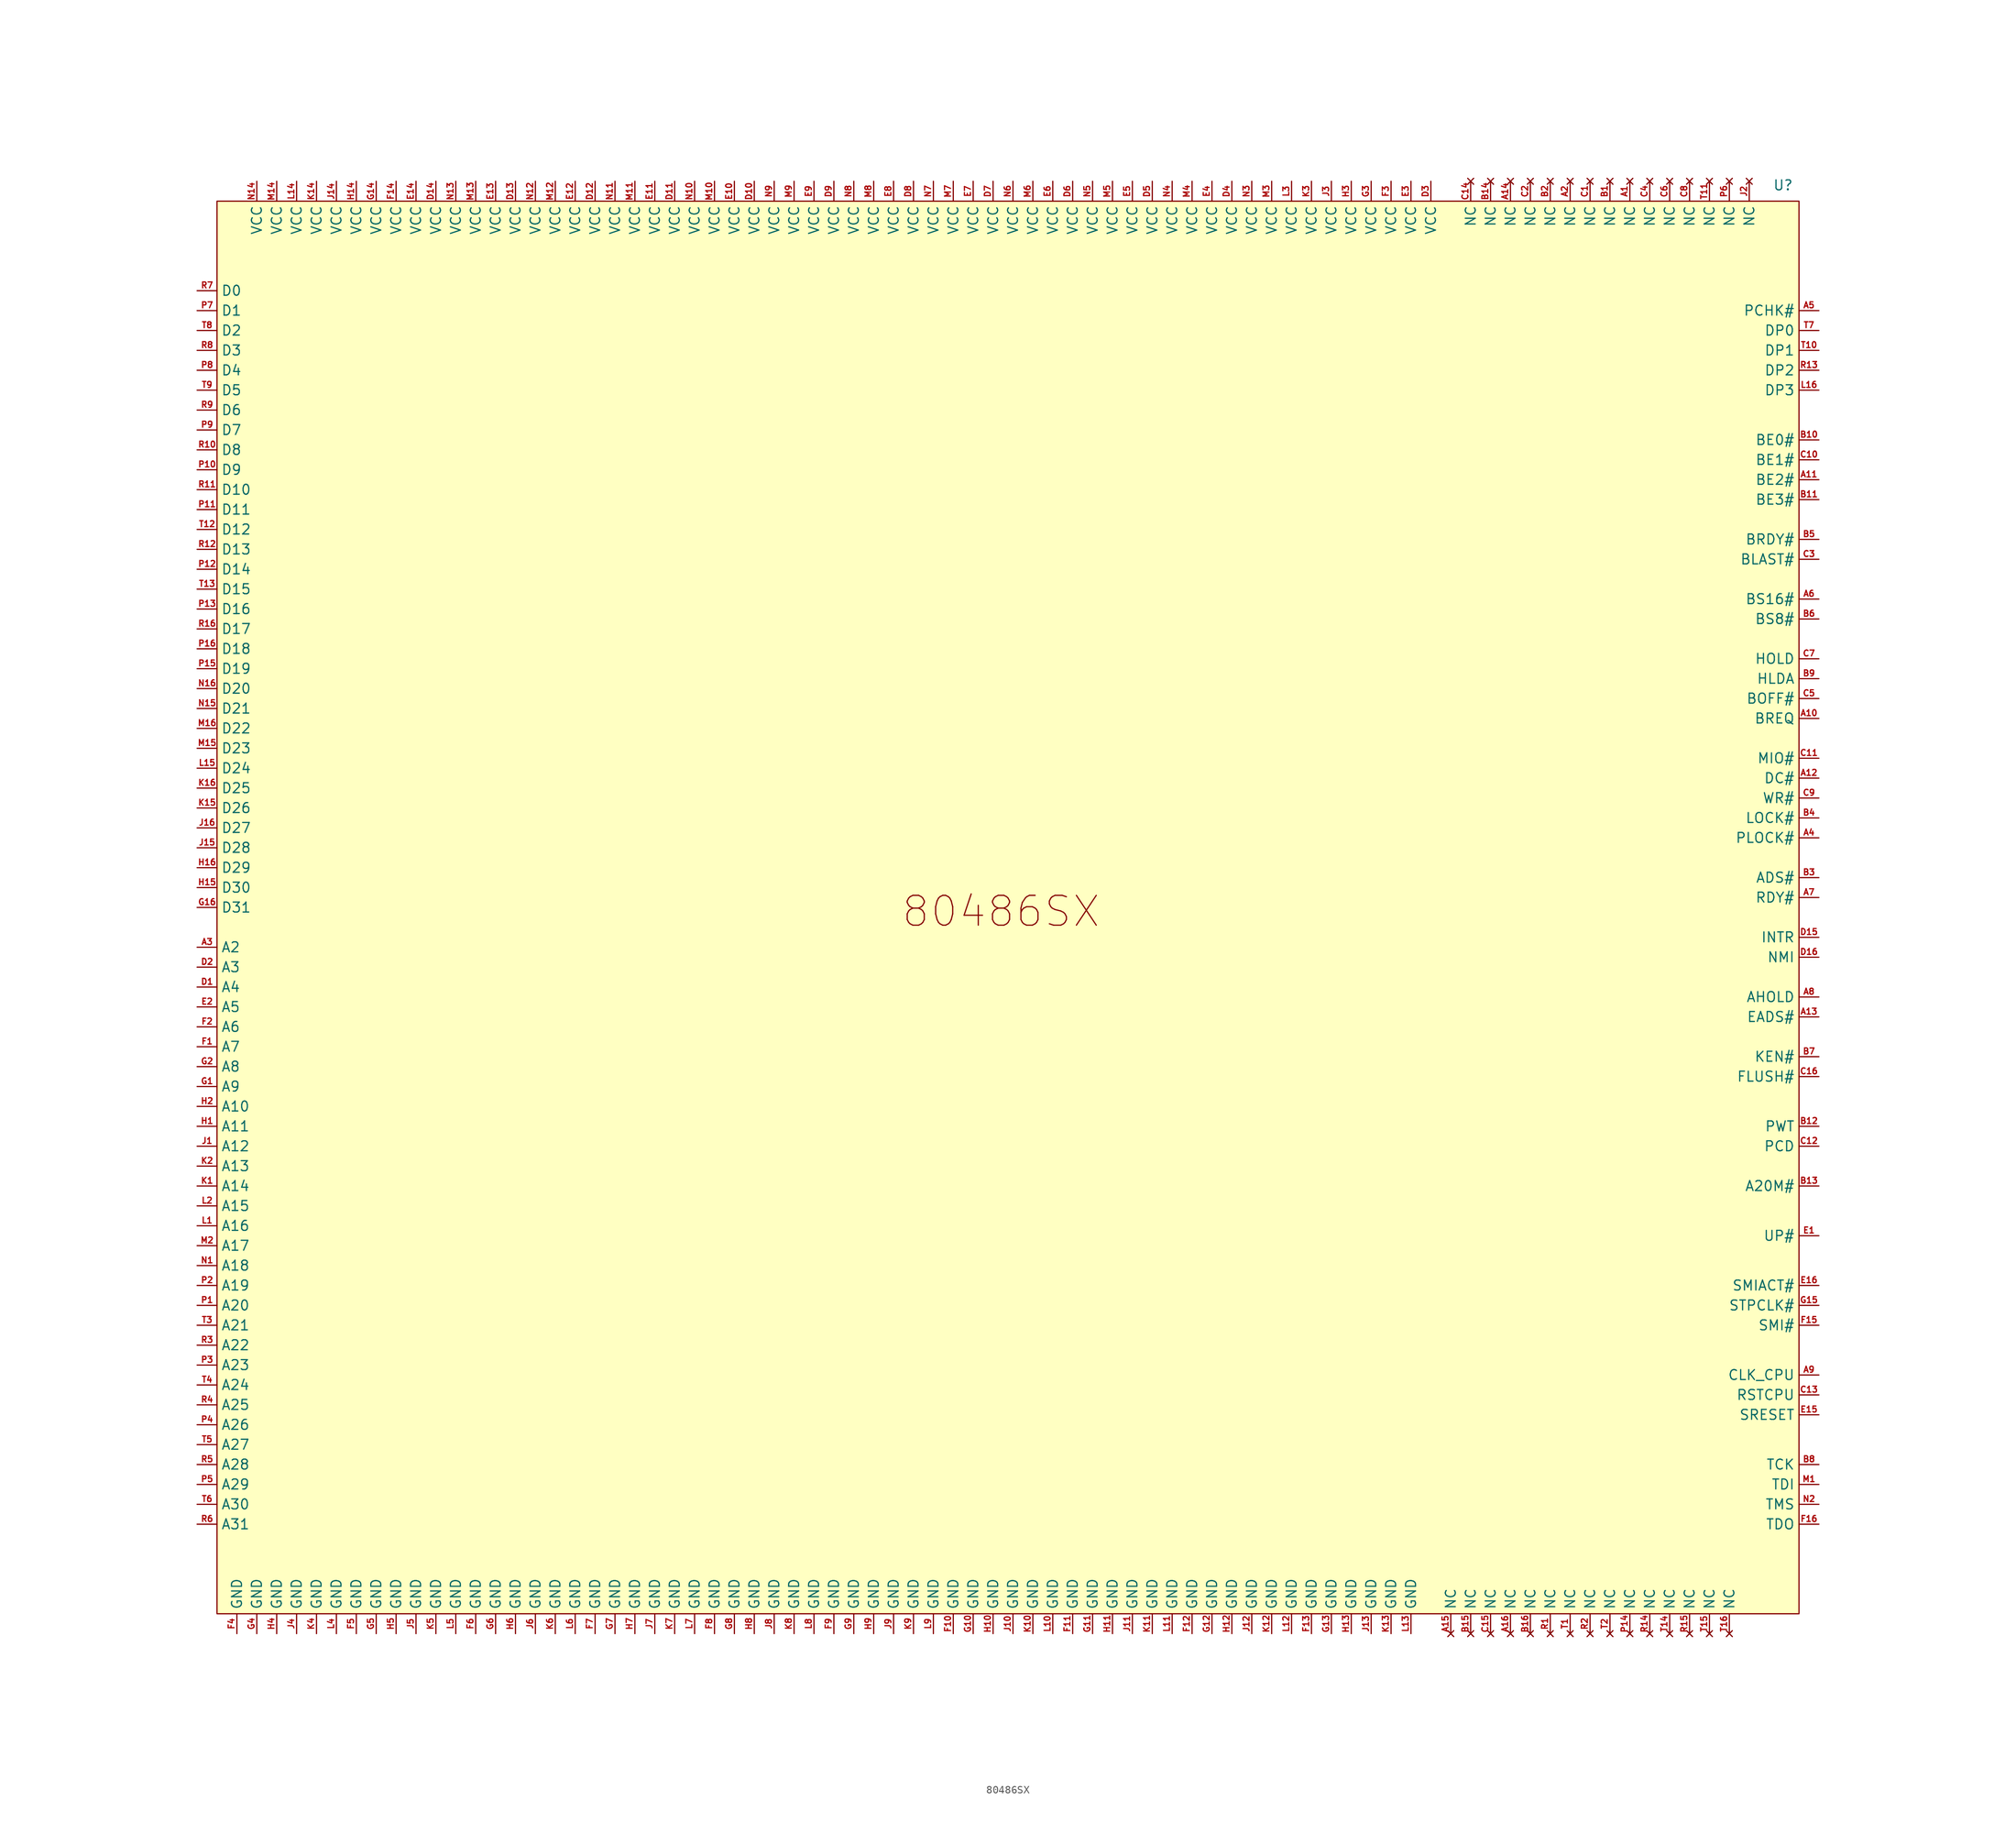
<source format=kicad_sym>
(kicad_symbol_lib
  (version 20241209)
  (generator "kicad_symbol_editor")
  (generator_version "9.0")
  (symbol "80486SX"
    (property "Reference" "U"
      (at 100.838 93.472 0)
      (effects (font (size 1.27 1.27))))
    (property "Value" ""
      (at 0 0 0)
      (effects (font (size 1.27 1.27))))
    (symbol "80486SX_1_1"
      (rectangle (start -99.06 91.44) (end 102.87 -88.9) (stroke (width 0) (type solid)) (fill (type color) (color 255 255 194 1)))
      (text "80486SX" (at 1.016 0.762 0) (effects (font (size 3.81 3.81))))
      (pin bidirectional line (at -101.6 80.01 0) (length 2.54) (name "D0" (effects (font (size 1.27 1.27)))) (number "R7" (effects (font (size 0.762 0.762)))))
      (pin bidirectional line (at -101.6 77.47 0) (length 2.54) (name "D1" (effects (font (size 1.27 1.27)))) (number "P7" (effects (font (size 0.762 0.762)))))
      (pin bidirectional line (at -101.6 74.93 0) (length 2.54) (name "D2" (effects (font (size 1.27 1.27)))) (number "T8" (effects (font (size 0.762 0.762)))))
      (pin bidirectional line (at -101.6 72.39 0) (length 2.54) (name "D3" (effects (font (size 1.27 1.27)))) (number "R8" (effects (font (size 0.762 0.762)))))
      (pin bidirectional line (at -101.6 69.85 0) (length 2.54) (name "D4" (effects (font (size 1.27 1.27)))) (number "P8" (effects (font (size 0.762 0.762)))))
      (pin bidirectional line (at -101.6 67.31 0) (length 2.54) (name "D5" (effects (font (size 1.27 1.27)))) (number "T9" (effects (font (size 0.762 0.762)))))
      (pin bidirectional line (at -101.6 64.77 0) (length 2.54) (name "D6" (effects (font (size 1.27 1.27)))) (number "R9" (effects (font (size 0.762 0.762)))))
      (pin bidirectional line (at -101.6 62.23 0) (length 2.54) (name "D7" (effects (font (size 1.27 1.27)))) (number "P9" (effects (font (size 0.762 0.762)))))
      (pin bidirectional line (at -101.6 59.69 0) (length 2.54) (name "D8" (effects (font (size 1.27 1.27)))) (number "R10" (effects (font (size 0.762 0.762)))))
      (pin bidirectional line (at -101.6 57.15 0) (length 2.54) (name "D9" (effects (font (size 1.27 1.27)))) (number "P10" (effects (font (size 0.762 0.762)))))
      (pin bidirectional line (at -101.6 54.61 0) (length 2.54) (name "D10" (effects (font (size 1.27 1.27)))) (number "R11" (effects (font (size 0.762 0.762)))))
      (pin bidirectional line (at -101.6 52.07 0) (length 2.54) (name "D11" (effects (font (size 1.27 1.27)))) (number "P11" (effects (font (size 0.762 0.762)))))
      (pin bidirectional line (at -101.6 49.53 0) (length 2.54) (name "D12" (effects (font (size 1.27 1.27)))) (number "T12" (effects (font (size 0.762 0.762)))))
      (pin bidirectional line (at -101.6 46.99 0) (length 2.54) (name "D13" (effects (font (size 1.27 1.27)))) (number "R12" (effects (font (size 0.762 0.762)))))
      (pin bidirectional line (at -101.6 44.45 0) (length 2.54) (name "D14" (effects (font (size 1.27 1.27)))) (number "P12" (effects (font (size 0.762 0.762)))))
      (pin bidirectional line (at -101.6 41.91 0) (length 2.54) (name "D15" (effects (font (size 1.27 1.27)))) (number "T13" (effects (font (size 0.762 0.762)))))
      (pin bidirectional line (at -101.6 39.37 0) (length 2.54) (name "D16" (effects (font (size 1.27 1.27)))) (number "P13" (effects (font (size 0.762 0.762)))))
      (pin bidirectional line (at -101.6 36.83 0) (length 2.54) (name "D17" (effects (font (size 1.27 1.27)))) (number "R16" (effects (font (size 0.762 0.762)))))
      (pin bidirectional line (at -101.6 34.29 0) (length 2.54) (name "D18" (effects (font (size 1.27 1.27)))) (number "P16" (effects (font (size 0.762 0.762)))))
      (pin bidirectional line (at -101.6 31.75 0) (length 2.54) (name "D19" (effects (font (size 1.27 1.27)))) (number "P15" (effects (font (size 0.762 0.762)))))
      (pin bidirectional line (at -101.6 29.21 0) (length 2.54) (name "D20" (effects (font (size 1.27 1.27)))) (number "N16" (effects (font (size 0.762 0.762)))))
      (pin bidirectional line (at -101.6 26.67 0) (length 2.54) (name "D21" (effects (font (size 1.27 1.27)))) (number "N15" (effects (font (size 0.762 0.762)))))
      (pin bidirectional line (at -101.6 24.13 0) (length 2.54) (name "D22" (effects (font (size 1.27 1.27)))) (number "M16" (effects (font (size 0.762 0.762)))))
      (pin bidirectional line (at -101.6 21.59 0) (length 2.54) (name "D23" (effects (font (size 1.27 1.27)))) (number "M15" (effects (font (size 0.762 0.762)))))
      (pin bidirectional line (at -101.6 19.05 0) (length 2.54) (name "D24" (effects (font (size 1.27 1.27)))) (number "L15" (effects (font (size 0.762 0.762)))))
      (pin bidirectional line (at -101.6 16.51 0) (length 2.54) (name "D25" (effects (font (size 1.27 1.27)))) (number "K16" (effects (font (size 0.762 0.762)))))
      (pin bidirectional line (at -101.6 13.97 0) (length 2.54) (name "D26" (effects (font (size 1.27 1.27)))) (number "K15" (effects (font (size 0.762 0.762)))))
      (pin bidirectional line (at -101.6 11.43 0) (length 2.54) (name "D27" (effects (font (size 1.27 1.27)))) (number "J16" (effects (font (size 0.762 0.762)))))
      (pin bidirectional line (at -101.6 8.89 0) (length 2.54) (name "D28" (effects (font (size 1.27 1.27)))) (number "J15" (effects (font (size 0.762 0.762)))))
      (pin bidirectional line (at -101.6 6.35 0) (length 2.54) (name "D29" (effects (font (size 1.27 1.27)))) (number "H16" (effects (font (size 0.762 0.762)))))
      (pin bidirectional line (at -101.6 3.81 0) (length 2.54) (name "D30" (effects (font (size 1.27 1.27)))) (number "H15" (effects (font (size 0.762 0.762)))))
      (pin bidirectional line (at -101.6 1.27 0) (length 2.54) (name "D31" (effects (font (size 1.27 1.27)))) (number "G16" (effects (font (size 0.762 0.762)))))
      (pin bidirectional line (at -101.6 -3.81 0) (length 2.54) (name "A2" (effects (font (size 1.27 1.27)))) (number "A3" (effects (font (size 0.762 0.762)))))
      (pin bidirectional line (at -101.6 -6.35 0) (length 2.54) (name "A3" (effects (font (size 1.27 1.27)))) (number "D2" (effects (font (size 0.762 0.762)))))
      (pin bidirectional line (at -101.6 -8.89 0) (length 2.54) (name "A4" (effects (font (size 1.27 1.27)))) (number "D1" (effects (font (size 0.762 0.762)))))
      (pin bidirectional line (at -101.6 -11.43 0) (length 2.54) (name "A5" (effects (font (size 1.27 1.27)))) (number "E2" (effects (font (size 0.762 0.762)))))
      (pin bidirectional line (at -101.6 -13.97 0) (length 2.54) (name "A6" (effects (font (size 1.27 1.27)))) (number "F2" (effects (font (size 0.762 0.762)))))
      (pin bidirectional line (at -101.6 -16.51 0) (length 2.54) (name "A7" (effects (font (size 1.27 1.27)))) (number "F1" (effects (font (size 0.762 0.762)))))
      (pin bidirectional line (at -101.6 -19.05 0) (length 2.54) (name "A8" (effects (font (size 1.27 1.27)))) (number "G2" (effects (font (size 0.762 0.762)))))
      (pin bidirectional line (at -101.6 -21.59 0) (length 2.54) (name "A9" (effects (font (size 1.27 1.27)))) (number "G1" (effects (font (size 0.762 0.762)))))
      (pin bidirectional line (at -101.6 -24.13 0) (length 2.54) (name "A10" (effects (font (size 1.27 1.27)))) (number "H2" (effects (font (size 0.762 0.762)))))
      (pin bidirectional line (at -101.6 -26.67 0) (length 2.54) (name "A11" (effects (font (size 1.27 1.27)))) (number "H1" (effects (font (size 0.762 0.762)))))
      (pin bidirectional line (at -101.6 -29.21 0) (length 2.54) (name "A12" (effects (font (size 1.27 1.27)))) (number "J1" (effects (font (size 0.762 0.762)))))
      (pin bidirectional line (at -101.6 -31.75 0) (length 2.54) (name "A13" (effects (font (size 1.27 1.27)))) (number "K2" (effects (font (size 0.762 0.762)))))
      (pin bidirectional line (at -101.6 -34.29 0) (length 2.54) (name "A14" (effects (font (size 1.27 1.27)))) (number "K1" (effects (font (size 0.762 0.762)))))
      (pin bidirectional line (at -101.6 -36.83 0) (length 2.54) (name "A15" (effects (font (size 1.27 1.27)))) (number "L2" (effects (font (size 0.762 0.762)))))
      (pin bidirectional line (at -101.6 -39.37 0) (length 2.54) (name "A16" (effects (font (size 1.27 1.27)))) (number "L1" (effects (font (size 0.762 0.762)))))
      (pin bidirectional line (at -101.6 -41.91 0) (length 2.54) (name "A17" (effects (font (size 1.27 1.27)))) (number "M2" (effects (font (size 0.762 0.762)))))
      (pin bidirectional line (at -101.6 -44.45 0) (length 2.54) (name "A18" (effects (font (size 1.27 1.27)))) (number "N1" (effects (font (size 0.762 0.762)))))
      (pin bidirectional line (at -101.6 -46.99 0) (length 2.54) (name "A19" (effects (font (size 1.27 1.27)))) (number "P2" (effects (font (size 0.762 0.762)))))
      (pin bidirectional line (at -101.6 -49.53 0) (length 2.54) (name "A20" (effects (font (size 1.27 1.27)))) (number "P1" (effects (font (size 0.762 0.762)))))
      (pin bidirectional line (at -101.6 -52.07 0) (length 2.54) (name "A21" (effects (font (size 1.27 1.27)))) (number "T3" (effects (font (size 0.762 0.762)))))
      (pin bidirectional line (at -101.6 -54.61 0) (length 2.54) (name "A22" (effects (font (size 1.27 1.27)))) (number "R3" (effects (font (size 0.762 0.762)))))
      (pin bidirectional line (at -101.6 -57.15 0) (length 2.54) (name "A23" (effects (font (size 1.27 1.27)))) (number "P3" (effects (font (size 0.762 0.762)))))
      (pin bidirectional line (at -101.6 -59.69 0) (length 2.54) (name "A24" (effects (font (size 1.27 1.27)))) (number "T4" (effects (font (size 0.762 0.762)))))
      (pin bidirectional line (at -101.6 -62.23 0) (length 2.54) (name "A25" (effects (font (size 1.27 1.27)))) (number "R4" (effects (font (size 0.762 0.762)))))
      (pin bidirectional line (at -101.6 -64.77 0) (length 2.54) (name "A26" (effects (font (size 1.27 1.27)))) (number "P4" (effects (font (size 0.762 0.762)))))
      (pin bidirectional line (at -101.6 -67.31 0) (length 2.54) (name "A27" (effects (font (size 1.27 1.27)))) (number "T5" (effects (font (size 0.762 0.762)))))
      (pin bidirectional line (at -101.6 -69.85 0) (length 2.54) (name "A28" (effects (font (size 1.27 1.27)))) (number "R5" (effects (font (size 0.762 0.762)))))
      (pin bidirectional line (at -101.6 -72.39 0) (length 2.54) (name "A29" (effects (font (size 1.27 1.27)))) (number "P5" (effects (font (size 0.762 0.762)))))
      (pin bidirectional line (at -101.6 -74.93 0) (length 2.54) (name "A30" (effects (font (size 1.27 1.27)))) (number "T6" (effects (font (size 0.762 0.762)))))
      (pin bidirectional line (at -101.6 -77.47 0) (length 2.54) (name "A31" (effects (font (size 1.27 1.27)))) (number "R6" (effects (font (size 0.762 0.762)))))
      (pin power_in line (at -96.52 -91.44 90) (length 2.54) (name "GND" (effects (font (size 1.27 1.27)))) (number "F4" (effects (font (size 0.762 0.762)))))
      (pin power_in line (at -93.98 93.98 270) (length 2.54) (name "VCC" (effects (font (size 1.27 1.27)))) (number "N14" (effects (font (size 0.762 0.762)))))
      (pin power_in line (at -93.98 -91.44 90) (length 2.54) (name "GND" (effects (font (size 1.27 1.27)))) (number "G4" (effects (font (size 0.762 0.762)))))
      (pin power_in line (at -91.44 93.98 270) (length 2.54) (name "VCC" (effects (font (size 1.27 1.27)))) (number "M14" (effects (font (size 0.762 0.762)))))
      (pin power_in line (at -91.44 -91.44 90) (length 2.54) (name "GND" (effects (font (size 1.27 1.27)))) (number "H4" (effects (font (size 0.762 0.762)))))
      (pin power_in line (at -88.9 93.98 270) (length 2.54) (name "VCC" (effects (font (size 1.27 1.27)))) (number "L14" (effects (font (size 0.762 0.762)))))
      (pin power_in line (at -88.9 -91.44 90) (length 2.54) (name "GND" (effects (font (size 1.27 1.27)))) (number "J4" (effects (font (size 0.762 0.762)))))
      (pin power_in line (at -86.36 93.98 270) (length 2.54) (name "VCC" (effects (font (size 1.27 1.27)))) (number "K14" (effects (font (size 0.762 0.762)))))
      (pin power_in line (at -86.36 -91.44 90) (length 2.54) (name "GND" (effects (font (size 1.27 1.27)))) (number "K4" (effects (font (size 0.762 0.762)))))
      (pin power_in line (at -83.82 93.98 270) (length 2.54) (name "VCC" (effects (font (size 1.27 1.27)))) (number "J14" (effects (font (size 0.762 0.762)))))
      (pin power_in line (at -83.82 -91.44 90) (length 2.54) (name "GND" (effects (font (size 1.27 1.27)))) (number "L4" (effects (font (size 0.762 0.762)))))
      (pin power_in line (at -81.28 93.98 270) (length 2.54) (name "VCC" (effects (font (size 1.27 1.27)))) (number "H14" (effects (font (size 0.762 0.762)))))
      (pin power_in line (at -81.28 -91.44 90) (length 2.54) (name "GND" (effects (font (size 1.27 1.27)))) (number "F5" (effects (font (size 0.762 0.762)))))
      (pin power_in line (at -78.74 93.98 270) (length 2.54) (name "VCC" (effects (font (size 1.27 1.27)))) (number "G14" (effects (font (size 0.762 0.762)))))
      (pin power_in line (at -78.74 -91.44 90) (length 2.54) (name "GND" (effects (font (size 1.27 1.27)))) (number "G5" (effects (font (size 0.762 0.762)))))
      (pin power_in line (at -76.2 93.98 270) (length 2.54) (name "VCC" (effects (font (size 1.27 1.27)))) (number "F14" (effects (font (size 0.762 0.762)))))
      (pin power_in line (at -76.2 -91.44 90) (length 2.54) (name "GND" (effects (font (size 1.27 1.27)))) (number "H5" (effects (font (size 0.762 0.762)))))
      (pin power_in line (at -73.66 93.98 270) (length 2.54) (name "VCC" (effects (font (size 1.27 1.27)))) (number "E14" (effects (font (size 0.762 0.762)))))
      (pin power_in line (at -73.66 -91.44 90) (length 2.54) (name "GND" (effects (font (size 1.27 1.27)))) (number "J5" (effects (font (size 0.762 0.762)))))
      (pin power_in line (at -71.12 93.98 270) (length 2.54) (name "VCC" (effects (font (size 1.27 1.27)))) (number "D14" (effects (font (size 0.762 0.762)))))
      (pin power_in line (at -71.12 -91.44 90) (length 2.54) (name "GND" (effects (font (size 1.27 1.27)))) (number "K5" (effects (font (size 0.762 0.762)))))
      (pin power_in line (at -68.58 93.98 270) (length 2.54) (name "VCC" (effects (font (size 1.27 1.27)))) (number "N13" (effects (font (size 0.762 0.762)))))
      (pin power_in line (at -68.58 -91.44 90) (length 2.54) (name "GND" (effects (font (size 1.27 1.27)))) (number "L5" (effects (font (size 0.762 0.762)))))
      (pin power_in line (at -66.04 93.98 270) (length 2.54) (name "VCC" (effects (font (size 1.27 1.27)))) (number "M13" (effects (font (size 0.762 0.762)))))
      (pin power_in line (at -66.04 -91.44 90) (length 2.54) (name "GND" (effects (font (size 1.27 1.27)))) (number "F6" (effects (font (size 0.762 0.762)))))
      (pin power_in line (at -63.5 93.98 270) (length 2.54) (name "VCC" (effects (font (size 1.27 1.27)))) (number "E13" (effects (font (size 0.762 0.762)))))
      (pin power_in line (at -63.5 -91.44 90) (length 2.54) (name "GND" (effects (font (size 1.27 1.27)))) (number "G6" (effects (font (size 0.762 0.762)))))
      (pin power_in line (at -60.96 93.98 270) (length 2.54) (name "VCC" (effects (font (size 1.27 1.27)))) (number "D13" (effects (font (size 0.762 0.762)))))
      (pin power_in line (at -60.96 -91.44 90) (length 2.54) (name "GND" (effects (font (size 1.27 1.27)))) (number "H6" (effects (font (size 0.762 0.762)))))
      (pin power_in line (at -58.42 93.98 270) (length 2.54) (name "VCC" (effects (font (size 1.27 1.27)))) (number "N12" (effects (font (size 0.762 0.762)))))
      (pin power_in line (at -58.42 -91.44 90) (length 2.54) (name "GND" (effects (font (size 1.27 1.27)))) (number "J6" (effects (font (size 0.762 0.762)))))
      (pin power_in line (at -55.88 93.98 270) (length 2.54) (name "VCC" (effects (font (size 1.27 1.27)))) (number "M12" (effects (font (size 0.762 0.762)))))
      (pin power_in line (at -55.88 -91.44 90) (length 2.54) (name "GND" (effects (font (size 1.27 1.27)))) (number "K6" (effects (font (size 0.762 0.762)))))
      (pin power_in line (at -53.34 93.98 270) (length 2.54) (name "VCC" (effects (font (size 1.27 1.27)))) (number "E12" (effects (font (size 0.762 0.762)))))
      (pin power_in line (at -53.34 -91.44 90) (length 2.54) (name "GND" (effects (font (size 1.27 1.27)))) (number "L6" (effects (font (size 0.762 0.762)))))
      (pin power_in line (at -50.8 93.98 270) (length 2.54) (name "VCC" (effects (font (size 1.27 1.27)))) (number "D12" (effects (font (size 0.762 0.762)))))
      (pin power_in line (at -50.8 -91.44 90) (length 2.54) (name "GND" (effects (font (size 1.27 1.27)))) (number "F7" (effects (font (size 0.762 0.762)))))
      (pin power_in line (at -48.26 93.98 270) (length 2.54) (name "VCC" (effects (font (size 1.27 1.27)))) (number "N11" (effects (font (size 0.762 0.762)))))
      (pin power_in line (at -48.26 -91.44 90) (length 2.54) (name "GND" (effects (font (size 1.27 1.27)))) (number "G7" (effects (font (size 0.762 0.762)))))
      (pin power_in line (at -45.72 93.98 270) (length 2.54) (name "VCC" (effects (font (size 1.27 1.27)))) (number "M11" (effects (font (size 0.762 0.762)))))
      (pin power_in line (at -45.72 -91.44 90) (length 2.54) (name "GND" (effects (font (size 1.27 1.27)))) (number "H7" (effects (font (size 0.762 0.762)))))
      (pin power_in line (at -43.18 93.98 270) (length 2.54) (name "VCC" (effects (font (size 1.27 1.27)))) (number "E11" (effects (font (size 0.762 0.762)))))
      (pin power_in line (at -43.18 -91.44 90) (length 2.54) (name "GND" (effects (font (size 1.27 1.27)))) (number "J7" (effects (font (size 0.762 0.762)))))
      (pin power_in line (at -40.64 93.98 270) (length 2.54) (name "VCC" (effects (font (size 1.27 1.27)))) (number "D11" (effects (font (size 0.762 0.762)))))
      (pin power_in line (at -40.64 -91.44 90) (length 2.54) (name "GND" (effects (font (size 1.27 1.27)))) (number "K7" (effects (font (size 0.762 0.762)))))
      (pin power_in line (at -38.1 93.98 270) (length 2.54) (name "VCC" (effects (font (size 1.27 1.27)))) (number "N10" (effects (font (size 0.762 0.762)))))
      (pin power_in line (at -38.1 -91.44 90) (length 2.54) (name "GND" (effects (font (size 1.27 1.27)))) (number "L7" (effects (font (size 0.762 0.762)))))
      (pin power_in line (at -35.56 93.98 270) (length 2.54) (name "VCC" (effects (font (size 1.27 1.27)))) (number "M10" (effects (font (size 0.762 0.762)))))
      (pin power_in line (at -35.56 -91.44 90) (length 2.54) (name "GND" (effects (font (size 1.27 1.27)))) (number "F8" (effects (font (size 0.762 0.762)))))
      (pin power_in line (at -33.02 93.98 270) (length 2.54) (name "VCC" (effects (font (size 1.27 1.27)))) (number "E10" (effects (font (size 0.762 0.762)))))
      (pin power_in line (at -33.02 -91.44 90) (length 2.54) (name "GND" (effects (font (size 1.27 1.27)))) (number "G8" (effects (font (size 0.762 0.762)))))
      (pin power_in line (at -30.48 93.98 270) (length 2.54) (name "VCC" (effects (font (size 1.27 1.27)))) (number "D10" (effects (font (size 0.762 0.762)))))
      (pin power_in line (at -30.48 -91.44 90) (length 2.54) (name "GND" (effects (font (size 1.27 1.27)))) (number "H8" (effects (font (size 0.762 0.762)))))
      (pin power_in line (at -27.94 93.98 270) (length 2.54) (name "VCC" (effects (font (size 1.27 1.27)))) (number "N9" (effects (font (size 0.762 0.762)))))
      (pin power_in line (at -27.94 -91.44 90) (length 2.54) (name "GND" (effects (font (size 1.27 1.27)))) (number "J8" (effects (font (size 0.762 0.762)))))
      (pin power_in line (at -25.4 93.98 270) (length 2.54) (name "VCC" (effects (font (size 1.27 1.27)))) (number "M9" (effects (font (size 0.762 0.762)))))
      (pin power_in line (at -25.4 -91.44 90) (length 2.54) (name "GND" (effects (font (size 1.27 1.27)))) (number "K8" (effects (font (size 0.762 0.762)))))
      (pin power_in line (at -22.86 93.98 270) (length 2.54) (name "VCC" (effects (font (size 1.27 1.27)))) (number "E9" (effects (font (size 0.762 0.762)))))
      (pin power_in line (at -22.86 -91.44 90) (length 2.54) (name "GND" (effects (font (size 1.27 1.27)))) (number "L8" (effects (font (size 0.762 0.762)))))
      (pin power_in line (at -20.32 93.98 270) (length 2.54) (name "VCC" (effects (font (size 1.27 1.27)))) (number "D9" (effects (font (size 0.762 0.762)))))
      (pin power_in line (at -20.32 -91.44 90) (length 2.54) (name "GND" (effects (font (size 1.27 1.27)))) (number "F9" (effects (font (size 0.762 0.762)))))
      (pin power_in line (at -17.78 93.98 270) (length 2.54) (name "VCC" (effects (font (size 1.27 1.27)))) (number "N8" (effects (font (size 0.762 0.762)))))
      (pin power_in line (at -17.78 -91.44 90) (length 2.54) (name "GND" (effects (font (size 1.27 1.27)))) (number "G9" (effects (font (size 0.762 0.762)))))
      (pin power_in line (at -15.24 93.98 270) (length 2.54) (name "VCC" (effects (font (size 1.27 1.27)))) (number "M8" (effects (font (size 0.762 0.762)))))
      (pin power_in line (at -15.24 -91.44 90) (length 2.54) (name "GND" (effects (font (size 1.27 1.27)))) (number "H9" (effects (font (size 0.762 0.762)))))
      (pin power_in line (at -12.7 93.98 270) (length 2.54) (name "VCC" (effects (font (size 1.27 1.27)))) (number "E8" (effects (font (size 0.762 0.762)))))
      (pin power_in line (at -12.7 -91.44 90) (length 2.54) (name "GND" (effects (font (size 1.27 1.27)))) (number "J9" (effects (font (size 0.762 0.762)))))
      (pin power_in line (at -10.16 93.98 270) (length 2.54) (name "VCC" (effects (font (size 1.27 1.27)))) (number "D8" (effects (font (size 0.762 0.762)))))
      (pin power_in line (at -10.16 -91.44 90) (length 2.54) (name "GND" (effects (font (size 1.27 1.27)))) (number "K9" (effects (font (size 0.762 0.762)))))
      (pin power_in line (at -7.62 93.98 270) (length 2.54) (name "VCC" (effects (font (size 1.27 1.27)))) (number "N7" (effects (font (size 0.762 0.762)))))
      (pin power_in line (at -7.62 -91.44 90) (length 2.54) (name "GND" (effects (font (size 1.27 1.27)))) (number "L9" (effects (font (size 0.762 0.762)))))
      (pin power_in line (at -5.08 93.98 270) (length 2.54) (name "VCC" (effects (font (size 1.27 1.27)))) (number "M7" (effects (font (size 0.762 0.762)))))
      (pin power_in line (at -5.08 -91.44 90) (length 2.54) (name "GND" (effects (font (size 1.27 1.27)))) (number "F10" (effects (font (size 0.762 0.762)))))
      (pin power_in line (at -2.54 93.98 270) (length 2.54) (name "VCC" (effects (font (size 1.27 1.27)))) (number "E7" (effects (font (size 0.762 0.762)))))
      (pin power_in line (at -2.54 -91.44 90) (length 2.54) (name "GND" (effects (font (size 1.27 1.27)))) (number "G10" (effects (font (size 0.762 0.762)))))
      (pin power_in line (at 0 93.98 270) (length 2.54) (name "VCC" (effects (font (size 1.27 1.27)))) (number "D7" (effects (font (size 0.762 0.762)))))
      (pin power_in line (at 0 -91.44 90) (length 2.54) (name "GND" (effects (font (size 1.27 1.27)))) (number "H10" (effects (font (size 0.762 0.762)))))
      (pin power_in line (at 2.54 93.98 270) (length 2.54) (name "VCC" (effects (font (size 1.27 1.27)))) (number "N6" (effects (font (size 0.762 0.762)))))
      (pin power_in line (at 2.54 -91.44 90) (length 2.54) (name "GND" (effects (font (size 1.27 1.27)))) (number "J10" (effects (font (size 0.762 0.762)))))
      (pin power_in line (at 5.08 93.98 270) (length 2.54) (name "VCC" (effects (font (size 1.27 1.27)))) (number "M6" (effects (font (size 0.762 0.762)))))
      (pin power_in line (at 5.08 -91.44 90) (length 2.54) (name "GND" (effects (font (size 1.27 1.27)))) (number "K10" (effects (font (size 0.762 0.762)))))
      (pin power_in line (at 7.62 93.98 270) (length 2.54) (name "VCC" (effects (font (size 1.27 1.27)))) (number "E6" (effects (font (size 0.762 0.762)))))
      (pin power_in line (at 7.62 -91.44 90) (length 2.54) (name "GND" (effects (font (size 1.27 1.27)))) (number "L10" (effects (font (size 0.762 0.762)))))
      (pin power_in line (at 10.16 93.98 270) (length 2.54) (name "VCC" (effects (font (size 1.27 1.27)))) (number "D6" (effects (font (size 0.762 0.762)))))
      (pin power_in line (at 10.16 -91.44 90) (length 2.54) (name "GND" (effects (font (size 1.27 1.27)))) (number "F11" (effects (font (size 0.762 0.762)))))
      (pin power_in line (at 12.7 93.98 270) (length 2.54) (name "VCC" (effects (font (size 1.27 1.27)))) (number "N5" (effects (font (size 0.762 0.762)))))
      (pin power_in line (at 12.7 -91.44 90) (length 2.54) (name "GND" (effects (font (size 1.27 1.27)))) (number "G11" (effects (font (size 0.762 0.762)))))
      (pin power_in line (at 15.24 93.98 270) (length 2.54) (name "VCC" (effects (font (size 1.27 1.27)))) (number "M5" (effects (font (size 0.762 0.762)))))
      (pin power_in line (at 15.24 -91.44 90) (length 2.54) (name "GND" (effects (font (size 1.27 1.27)))) (number "H11" (effects (font (size 0.762 0.762)))))
      (pin power_in line (at 17.78 93.98 270) (length 2.54) (name "VCC" (effects (font (size 1.27 1.27)))) (number "E5" (effects (font (size 0.762 0.762)))))
      (pin power_in line (at 17.78 -91.44 90) (length 2.54) (name "GND" (effects (font (size 1.27 1.27)))) (number "J11" (effects (font (size 0.762 0.762)))))
      (pin power_in line (at 20.32 93.98 270) (length 2.54) (name "VCC" (effects (font (size 1.27 1.27)))) (number "D5" (effects (font (size 0.762 0.762)))))
      (pin power_in line (at 20.32 -91.44 90) (length 2.54) (name "GND" (effects (font (size 1.27 1.27)))) (number "K11" (effects (font (size 0.762 0.762)))))
      (pin power_in line (at 22.86 93.98 270) (length 2.54) (name "VCC" (effects (font (size 1.27 1.27)))) (number "N4" (effects (font (size 0.762 0.762)))))
      (pin power_in line (at 22.86 -91.44 90) (length 2.54) (name "GND" (effects (font (size 1.27 1.27)))) (number "L11" (effects (font (size 0.762 0.762)))))
      (pin power_in line (at 25.4 93.98 270) (length 2.54) (name "VCC" (effects (font (size 1.27 1.27)))) (number "M4" (effects (font (size 0.762 0.762)))))
      (pin power_in line (at 25.4 -91.44 90) (length 2.54) (name "GND" (effects (font (size 1.27 1.27)))) (number "F12" (effects (font (size 0.762 0.762)))))
      (pin power_in line (at 27.94 93.98 270) (length 2.54) (name "VCC" (effects (font (size 1.27 1.27)))) (number "E4" (effects (font (size 0.762 0.762)))))
      (pin power_in line (at 27.94 -91.44 90) (length 2.54) (name "GND" (effects (font (size 1.27 1.27)))) (number "G12" (effects (font (size 0.762 0.762)))))
      (pin power_in line (at 30.48 93.98 270) (length 2.54) (name "VCC" (effects (font (size 1.27 1.27)))) (number "D4" (effects (font (size 0.762 0.762)))))
      (pin power_in line (at 30.48 -91.44 90) (length 2.54) (name "GND" (effects (font (size 1.27 1.27)))) (number "H12" (effects (font (size 0.762 0.762)))))
      (pin power_in line (at 33.02 93.98 270) (length 2.54) (name "VCC" (effects (font (size 1.27 1.27)))) (number "N3" (effects (font (size 0.762 0.762)))))
      (pin power_in line (at 33.02 -91.44 90) (length 2.54) (name "GND" (effects (font (size 1.27 1.27)))) (number "J12" (effects (font (size 0.762 0.762)))))
      (pin power_in line (at 35.56 93.98 270) (length 2.54) (name "VCC" (effects (font (size 1.27 1.27)))) (number "M3" (effects (font (size 0.762 0.762)))))
      (pin power_in line (at 35.56 -91.44 90) (length 2.54) (name "GND" (effects (font (size 1.27 1.27)))) (number "K12" (effects (font (size 0.762 0.762)))))
      (pin power_in line (at 38.1 93.98 270) (length 2.54) (name "VCC" (effects (font (size 1.27 1.27)))) (number "L3" (effects (font (size 0.762 0.762)))))
      (pin power_in line (at 38.1 -91.44 90) (length 2.54) (name "GND" (effects (font (size 1.27 1.27)))) (number "L12" (effects (font (size 0.762 0.762)))))
      (pin power_in line (at 40.64 93.98 270) (length 2.54) (name "VCC" (effects (font (size 1.27 1.27)))) (number "K3" (effects (font (size 0.762 0.762)))))
      (pin power_in line (at 40.64 -91.44 90) (length 2.54) (name "GND" (effects (font (size 1.27 1.27)))) (number "F13" (effects (font (size 0.762 0.762)))))
      (pin power_in line (at 43.18 93.98 270) (length 2.54) (name "VCC" (effects (font (size 1.27 1.27)))) (number "J3" (effects (font (size 0.762 0.762)))))
      (pin power_in line (at 43.18 -91.44 90) (length 2.54) (name "GND" (effects (font (size 1.27 1.27)))) (number "G13" (effects (font (size 0.762 0.762)))))
      (pin power_in line (at 45.72 93.98 270) (length 2.54) (name "VCC" (effects (font (size 1.27 1.27)))) (number "H3" (effects (font (size 0.762 0.762)))))
      (pin power_in line (at 45.72 -91.44 90) (length 2.54) (name "GND" (effects (font (size 1.27 1.27)))) (number "H13" (effects (font (size 0.762 0.762)))))
      (pin power_in line (at 48.26 93.98 270) (length 2.54) (name "VCC" (effects (font (size 1.27 1.27)))) (number "G3" (effects (font (size 0.762 0.762)))))
      (pin power_in line (at 48.26 -91.44 90) (length 2.54) (name "GND" (effects (font (size 1.27 1.27)))) (number "J13" (effects (font (size 0.762 0.762)))))
      (pin power_in line (at 50.8 93.98 270) (length 2.54) (name "VCC" (effects (font (size 1.27 1.27)))) (number "F3" (effects (font (size 0.762 0.762)))))
      (pin power_in line (at 50.8 -91.44 90) (length 2.54) (name "GND" (effects (font (size 1.27 1.27)))) (number "K13" (effects (font (size 0.762 0.762)))))
      (pin power_in line (at 53.34 93.98 270) (length 2.54) (name "VCC" (effects (font (size 1.27 1.27)))) (number "E3" (effects (font (size 0.762 0.762)))))
      (pin power_in line (at 53.34 -91.44 90) (length 2.54) (name "GND" (effects (font (size 1.27 1.27)))) (number "L13" (effects (font (size 0.762 0.762)))))
      (pin power_in line (at 55.88 93.98 270) (length 2.54) (name "VCC" (effects (font (size 1.27 1.27)))) (number "D3" (effects (font (size 0.762 0.762)))))
      (pin no_connect line (at 58.42 -91.44 90) (length 2.54) (name "NC" (effects (font (size 1.27 1.27)))) (number "A15" (effects (font (size 0.762 0.762)))))
      (pin no_connect line (at 60.96 93.98 270) (length 2.54) (name "NC" (effects (font (size 1.27 1.27)))) (number "C14" (effects (font (size 0.762 0.762)))))
      (pin no_connect line (at 60.96 -91.44 90) (length 2.54) (name "NC" (effects (font (size 1.27 1.27)))) (number "B15" (effects (font (size 0.762 0.762)))))
      (pin no_connect line (at 63.5 93.98 270) (length 2.54) (name "NC" (effects (font (size 1.27 1.27)))) (number "B14" (effects (font (size 0.762 0.762)))))
      (pin no_connect line (at 63.5 -91.44 90) (length 2.54) (name "NC" (effects (font (size 1.27 1.27)))) (number "C15" (effects (font (size 0.762 0.762)))))
      (pin no_connect line (at 66.04 93.98 270) (length 2.54) (name "NC" (effects (font (size 1.27 1.27)))) (number "A14" (effects (font (size 0.762 0.762)))))
      (pin no_connect line (at 66.04 -91.44 90) (length 2.54) (name "NC" (effects (font (size 1.27 1.27)))) (number "A16" (effects (font (size 0.762 0.762)))))
      (pin no_connect line (at 68.58 93.98 270) (length 2.54) (name "NC" (effects (font (size 1.27 1.27)))) (number "C2" (effects (font (size 0.762 0.762)))))
      (pin no_connect line (at 68.58 -91.44 90) (length 2.54) (name "NC" (effects (font (size 1.27 1.27)))) (number "B16" (effects (font (size 0.762 0.762)))))
      (pin no_connect line (at 71.12 93.98 270) (length 2.54) (name "NC" (effects (font (size 1.27 1.27)))) (number "B2" (effects (font (size 0.762 0.762)))))
      (pin no_connect line (at 71.12 -91.44 90) (length 2.54) (name "NC" (effects (font (size 1.27 1.27)))) (number "R1" (effects (font (size 0.762 0.762)))))
      (pin no_connect line (at 73.66 93.98 270) (length 2.54) (name "NC" (effects (font (size 1.27 1.27)))) (number "A2" (effects (font (size 0.762 0.762)))))
      (pin no_connect line (at 73.66 -91.44 90) (length 2.54) (name "NC" (effects (font (size 1.27 1.27)))) (number "T1" (effects (font (size 0.762 0.762)))))
      (pin no_connect line (at 76.2 93.98 270) (length 2.54) (name "NC" (effects (font (size 1.27 1.27)))) (number "C1" (effects (font (size 0.762 0.762)))))
      (pin no_connect line (at 76.2 -91.44 90) (length 2.54) (name "NC" (effects (font (size 1.27 1.27)))) (number "R2" (effects (font (size 0.762 0.762)))))
      (pin no_connect line (at 78.74 93.98 270) (length 2.54) (name "NC" (effects (font (size 1.27 1.27)))) (number "B1" (effects (font (size 0.762 0.762)))))
      (pin no_connect line (at 78.74 -91.44 90) (length 2.54) (name "NC" (effects (font (size 1.27 1.27)))) (number "T2" (effects (font (size 0.762 0.762)))))
      (pin no_connect line (at 81.28 93.98 270) (length 2.54) (name "NC" (effects (font (size 1.27 1.27)))) (number "A1" (effects (font (size 0.762 0.762)))))
      (pin no_connect line (at 81.28 -91.44 90) (length 2.54) (name "NC" (effects (font (size 1.27 1.27)))) (number "P14" (effects (font (size 0.762 0.762)))))
      (pin no_connect line (at 83.82 93.98 270) (length 2.54) (name "NC" (effects (font (size 1.27 1.27)))) (number "C4" (effects (font (size 0.762 0.762)))))
      (pin no_connect line (at 83.82 -91.44 90) (length 2.54) (name "NC" (effects (font (size 1.27 1.27)))) (number "R14" (effects (font (size 0.762 0.762)))))
      (pin no_connect line (at 86.36 93.98 270) (length 2.54) (name "NC" (effects (font (size 1.27 1.27)))) (number "C6" (effects (font (size 0.762 0.762)))))
      (pin no_connect line (at 86.36 -91.44 90) (length 2.54) (name "NC" (effects (font (size 1.27 1.27)))) (number "T14" (effects (font (size 0.762 0.762)))))
      (pin no_connect line (at 88.9 93.98 270) (length 2.54) (name "NC" (effects (font (size 1.27 1.27)))) (number "C8" (effects (font (size 0.762 0.762)))))
      (pin no_connect line (at 88.9 -91.44 90) (length 2.54) (name "NC" (effects (font (size 1.27 1.27)))) (number "R15" (effects (font (size 0.762 0.762)))))
      (pin no_connect line (at 91.44 93.98 270) (length 2.54) (name "NC" (effects (font (size 1.27 1.27)))) (number "T11" (effects (font (size 0.762 0.762)))))
      (pin no_connect line (at 91.44 -91.44 90) (length 2.54) (name "NC" (effects (font (size 1.27 1.27)))) (number "T15" (effects (font (size 0.762 0.762)))))
      (pin no_connect line (at 93.98 93.98 270) (length 2.54) (name "NC" (effects (font (size 1.27 1.27)))) (number "P6" (effects (font (size 0.762 0.762)))))
      (pin no_connect line (at 93.98 -91.44 90) (length 2.54) (name "NC" (effects (font (size 1.27 1.27)))) (number "T16" (effects (font (size 0.762 0.762)))))
      (pin no_connect line (at 96.52 93.98 270) (length 2.54) (name "NC" (effects (font (size 1.27 1.27)))) (number "J2" (effects (font (size 0.762 0.762)))))
      (pin output line (at 105.41 77.47 180) (length 2.54) (name "PCHK#" (effects (font (size 1.27 1.27)))) (number "A5" (effects (font (size 0.762 0.762)))))
      (pin bidirectional line (at 105.41 74.93 180) (length 2.54) (name "DP0" (effects (font (size 1.27 1.27)))) (number "T7" (effects (font (size 0.762 0.762)))))
      (pin bidirectional line (at 105.41 72.39 180) (length 2.54) (name "DP1" (effects (font (size 1.27 1.27)))) (number "T10" (effects (font (size 0.762 0.762)))))
      (pin bidirectional line (at 105.41 69.85 180) (length 2.54) (name "DP2" (effects (font (size 1.27 1.27)))) (number "R13" (effects (font (size 0.762 0.762)))))
      (pin bidirectional line (at 105.41 67.31 180) (length 2.54) (name "DP3" (effects (font (size 1.27 1.27)))) (number "L16" (effects (font (size 0.762 0.762)))))
      (pin output line (at 105.41 60.96 180) (length 2.54) (name "BE0#" (effects (font (size 1.27 1.27)))) (number "B10" (effects (font (size 0.762 0.762)))))
      (pin output line (at 105.41 58.42 180) (length 2.54) (name "BE1#" (effects (font (size 1.27 1.27)))) (number "C10" (effects (font (size 0.762 0.762)))))
      (pin output line (at 105.41 55.88 180) (length 2.54) (name "BE2#" (effects (font (size 1.27 1.27)))) (number "A11" (effects (font (size 0.762 0.762)))))
      (pin output line (at 105.41 53.34 180) (length 2.54) (name "BE3#" (effects (font (size 1.27 1.27)))) (number "B11" (effects (font (size 0.762 0.762)))))
      (pin input line (at 105.41 48.26 180) (length 2.54) (name "BRDY#" (effects (font (size 1.27 1.27)))) (number "B5" (effects (font (size 0.762 0.762)))))
      (pin output line (at 105.41 45.72 180) (length 2.54) (name "BLAST#" (effects (font (size 1.27 1.27)))) (number "C3" (effects (font (size 0.762 0.762)))))
      (pin input line (at 105.41 40.64 180) (length 2.54) (name "BS16#" (effects (font (size 1.27 1.27)))) (number "A6" (effects (font (size 0.762 0.762)))))
      (pin input line (at 105.41 38.1 180) (length 2.54) (name "BS8#" (effects (font (size 1.27 1.27)))) (number "B6" (effects (font (size 0.762 0.762)))))
      (pin input line (at 105.41 33.02 180) (length 2.54) (name "HOLD" (effects (font (size 1.27 1.27)))) (number "C7" (effects (font (size 0.762 0.762)))))
      (pin output line (at 105.41 30.48 180) (length 2.54) (name "HLDA" (effects (font (size 1.27 1.27)))) (number "B9" (effects (font (size 0.762 0.762)))))
      (pin input line (at 105.41 27.94 180) (length 2.54) (name "BOFF#" (effects (font (size 1.27 1.27)))) (number "C5" (effects (font (size 0.762 0.762)))))
      (pin output line (at 105.41 25.4 180) (length 2.54) (name "BREQ" (effects (font (size 1.27 1.27)))) (number "A10" (effects (font (size 0.762 0.762)))))
      (pin output line (at 105.41 20.32 180) (length 2.54) (name "MIO#" (effects (font (size 1.27 1.27)))) (number "C11" (effects (font (size 0.762 0.762)))))
      (pin output line (at 105.41 17.78 180) (length 2.54) (name "DC#" (effects (font (size 1.27 1.27)))) (number "A12" (effects (font (size 0.762 0.762)))))
      (pin output line (at 105.41 15.24 180) (length 2.54) (name "WR#" (effects (font (size 1.27 1.27)))) (number "C9" (effects (font (size 0.762 0.762)))))
      (pin output line (at 105.41 12.7 180) (length 2.54) (name "LOCK#" (effects (font (size 1.27 1.27)))) (number "B4" (effects (font (size 0.762 0.762)))))
      (pin output line (at 105.41 10.16 180) (length 2.54) (name "PLOCK#" (effects (font (size 1.27 1.27)))) (number "A4" (effects (font (size 0.762 0.762)))))
      (pin output line (at 105.41 5.08 180) (length 2.54) (name "ADS#" (effects (font (size 1.27 1.27)))) (number "B3" (effects (font (size 0.762 0.762)))))
      (pin input line (at 105.41 2.54 180) (length 2.54) (name "RDY#" (effects (font (size 1.27 1.27)))) (number "A7" (effects (font (size 0.762 0.762)))))
      (pin input line (at 105.41 -2.54 180) (length 2.54) (name "INTR" (effects (font (size 1.27 1.27)))) (number "D15" (effects (font (size 0.762 0.762)))))
      (pin input line (at 105.41 -5.08 180) (length 2.54) (name "NMI" (effects (font (size 1.27 1.27)))) (number "D16" (effects (font (size 0.762 0.762)))))
      (pin input line (at 105.41 -10.16 180) (length 2.54) (name "AHOLD" (effects (font (size 1.27 1.27)))) (number "A8" (effects (font (size 0.762 0.762)))))
      (pin input line (at 105.41 -12.7 180) (length 2.54) (name "EADS#" (effects (font (size 1.27 1.27)))) (number "A13" (effects (font (size 0.762 0.762)))))
      (pin input line (at 105.41 -17.78 180) (length 2.54) (name "KEN#" (effects (font (size 1.27 1.27)))) (number "B7" (effects (font (size 0.762 0.762)))))
      (pin input line (at 105.41 -20.32 180) (length 2.54) (name "FLUSH#" (effects (font (size 1.27 1.27)))) (number "C16" (effects (font (size 0.762 0.762)))))
      (pin output line (at 105.41 -26.67 180) (length 2.54) (name "PWT" (effects (font (size 1.27 1.27)))) (number "B12" (effects (font (size 0.762 0.762)))))
      (pin output line (at 105.41 -29.21 180) (length 2.54) (name "PCD" (effects (font (size 1.27 1.27)))) (number "C12" (effects (font (size 0.762 0.762)))))
      (pin input line (at 105.41 -34.29 180) (length 2.54) (name "A20M#" (effects (font (size 1.27 1.27)))) (number "B13" (effects (font (size 0.762 0.762)))))
      (pin input line (at 105.41 -40.64 180) (length 2.54) (name "UP#" (effects (font (size 1.27 1.27)))) (number "E1" (effects (font (size 0.762 0.762)))))
      (pin output line (at 105.41 -46.99 180) (length 2.54) (name "SMIACT#" (effects (font (size 1.27 1.27)))) (number "E16" (effects (font (size 0.762 0.762)))))
      (pin input line (at 105.41 -49.53 180) (length 2.54) (name "STPCLK#" (effects (font (size 1.27 1.27)))) (number "G15" (effects (font (size 0.762 0.762)))))
      (pin input line (at 105.41 -52.07 180) (length 2.54) (name "SMI#" (effects (font (size 1.27 1.27)))) (number "F15" (effects (font (size 0.762 0.762)))))
      (pin input line (at 105.41 -58.42 180) (length 2.54) (name "CLK_CPU" (effects (font (size 1.27 1.27)))) (number "A9" (effects (font (size 0.762 0.762)))))
      (pin input line (at 105.41 -60.96 180) (length 2.54) (name "RSTCPU" (effects (font (size 1.27 1.27)))) (number "C13" (effects (font (size 0.762 0.762)))))
      (pin input line (at 105.41 -63.5 180) (length 2.54) (name "SRESET" (effects (font (size 1.27 1.27)))) (number "E15" (effects (font (size 0.762 0.762)))))
      (pin input line (at 105.41 -69.85 180) (length 2.54) (name "TCK" (effects (font (size 1.27 1.27)))) (number "B8" (effects (font (size 0.762 0.762)))))
      (pin input line (at 105.41 -72.39 180) (length 2.54) (name "TDI" (effects (font (size 1.27 1.27)))) (number "M1" (effects (font (size 0.762 0.762)))))
      (pin input line (at 105.41 -74.93 180) (length 2.54) (name "TMS" (effects (font (size 1.27 1.27)))) (number "N2" (effects (font (size 0.762 0.762)))))
      (pin input line (at 105.41 -77.47 180) (length 2.54) (name "TDO" (effects (font (size 1.27 1.27)))) (number "F16" (effects (font (size 0.762 0.762))))))))
</source>
